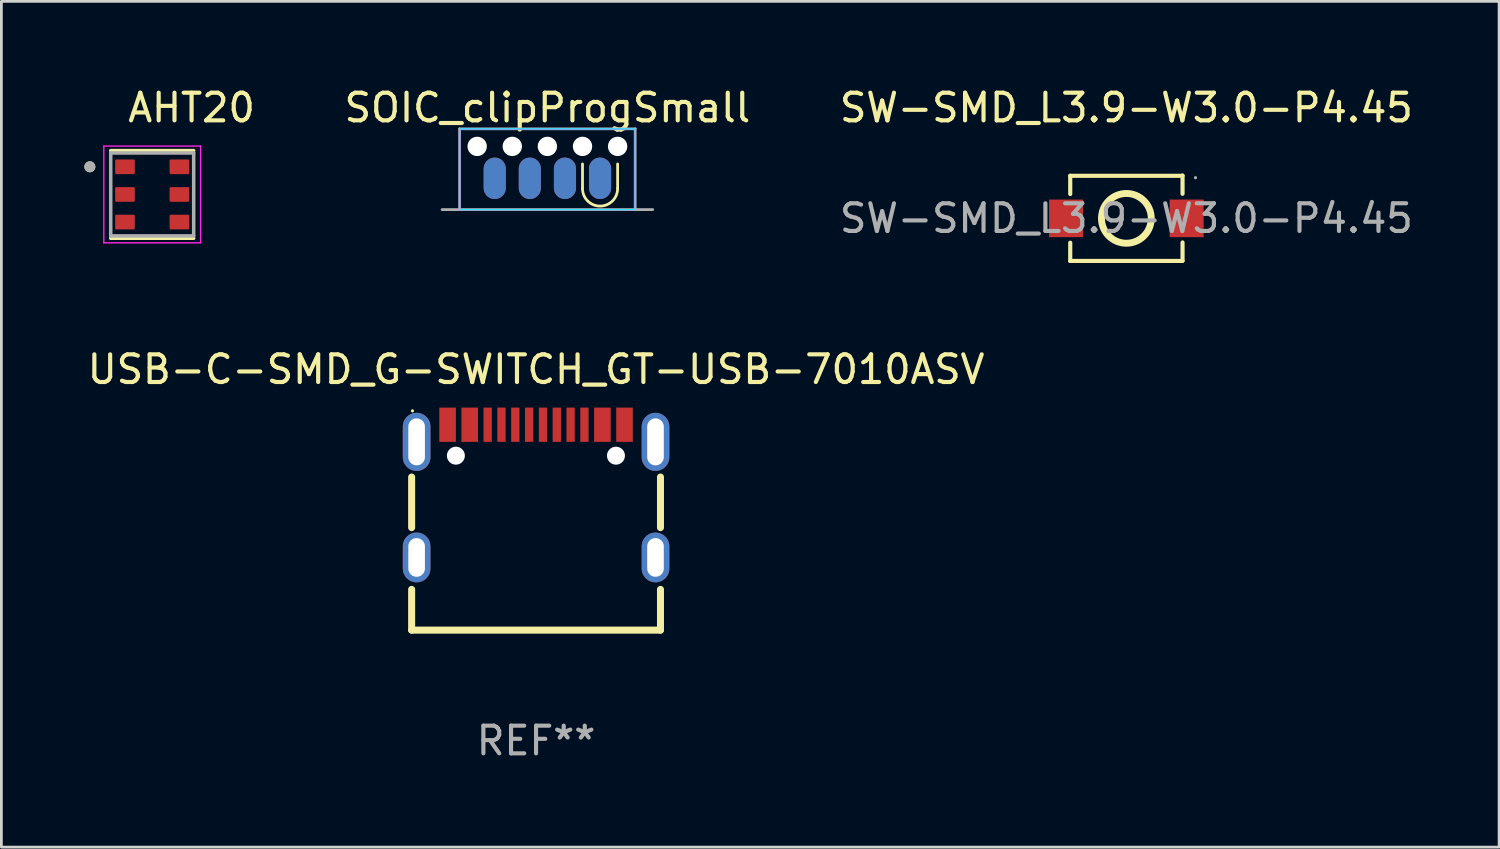
<source format=kicad_pcb>
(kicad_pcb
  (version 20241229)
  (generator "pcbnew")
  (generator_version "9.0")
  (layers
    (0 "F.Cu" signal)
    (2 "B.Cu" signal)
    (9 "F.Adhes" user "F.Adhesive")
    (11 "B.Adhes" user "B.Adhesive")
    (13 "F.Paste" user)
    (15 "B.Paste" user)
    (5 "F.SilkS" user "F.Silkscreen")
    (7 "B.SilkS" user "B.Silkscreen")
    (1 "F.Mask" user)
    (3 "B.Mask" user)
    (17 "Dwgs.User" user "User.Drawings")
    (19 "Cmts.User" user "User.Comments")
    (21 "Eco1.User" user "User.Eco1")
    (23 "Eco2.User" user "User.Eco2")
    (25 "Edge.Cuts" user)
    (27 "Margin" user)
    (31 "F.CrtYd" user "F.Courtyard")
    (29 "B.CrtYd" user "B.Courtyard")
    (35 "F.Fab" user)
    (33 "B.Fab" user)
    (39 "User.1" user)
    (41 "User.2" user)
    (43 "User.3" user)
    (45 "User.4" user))
  (footprint "AHT20"
    (layer "F.Cu")
    (at 2.455 3.983)
    (property "Reference" "AHT20" (at 1.425 -3.135 0) (layer "F.SilkS") (effects (font (size 1 1) (thickness 0.15))))
    (attr smd)
    (fp_line (start -1.5 -1.585) (end 1.5 -1.585) (stroke (width 0.127) (type solid)) (layer "F.SilkS"))
    (fp_line (start 1.5 1.585) (end -1.5 1.585) (stroke (width 0.127) (type solid)) (layer "F.SilkS"))
    (fp_circle (center -2.255 -1) (end -2.155 -1) (stroke (width 0.2) (type solid)) (fill no) (layer "F.SilkS"))
    (fp_line (start -1.75 -1.75) (end -1.75 1.75) (stroke (width 0.05) (type solid)) (layer "F.CrtYd"))
    (fp_line (start -1.75 1.75) (end 1.75 1.75) (stroke (width 0.05) (type solid)) (layer "F.CrtYd"))
    (fp_line (start 1.75 -1.75) (end -1.75 -1.75) (stroke (width 0.05) (type solid)) (layer "F.CrtYd"))
    (fp_line (start 1.75 1.75) (end 1.75 -1.75) (stroke (width 0.05) (type solid)) (layer "F.CrtYd"))
    (fp_line (start -1.5 -1.5) (end 1.5 -1.5) (stroke (width 0.127) (type solid)) (layer "F.Fab"))
    (fp_line (start -1.5 1.5) (end -1.5 -1.5) (stroke (width 0.127) (type solid)) (layer "F.Fab"))
    (fp_line (start 1.5 -1.5) (end 1.5 1.5) (stroke (width 0.127) (type solid)) (layer "F.Fab"))
    (fp_line (start 1.5 1.5) (end -1.5 1.5) (stroke (width 0.127) (type solid)) (layer "F.Fab"))
    (fp_circle (center -2.255 -1) (end -2.155 -1) (stroke (width 0.2) (type solid)) (fill no) (layer "F.Fab"))
    (pad "1" smd roundrect (at -0.985 -1) (size 0.71 0.53) (layers "F.Cu" "F.Mask" "F.Paste") (roundrect_rratio 0.07))
    (pad "2" smd roundrect (at -0.985 0) (size 0.71 0.53) (layers "F.Cu" "F.Mask" "F.Paste") (roundrect_rratio 0.07))
    (pad "3" smd roundrect (at -0.985 1) (size 0.71 0.53) (layers "F.Cu" "F.Mask" "F.Paste") (roundrect_rratio 0.07))
    (pad "4" smd roundrect (at 0.985 1) (size 0.71 0.53) (layers "F.Cu" "F.Mask" "F.Paste") (roundrect_rratio 0.07))
    (pad "5" smd roundrect (at 0.985 0) (size 0.71 0.53) (layers "F.Cu" "F.Mask" "F.Paste") (roundrect_rratio 0.07))
    (pad "6" smd roundrect (at 0.985 -1) (size 0.71 0.53) (layers "F.Cu" "F.Mask" "F.Paste") (roundrect_rratio 0.07)))
  (footprint "USB-C-SMD_G-SWITCH_GT-USB-7010ASV"
    (layer "F.Cu")
    (at 16.339 14.712)
    (property "Reference" "USB-C-SMD_G-SWITCH_GT-USB-7010ASV" (at -0.000038 -4.4 0) (layer "F.SilkS") (effects (font (size 1 1) (thickness 0.15))))
    (attr through_hole)
    (fp_line (start -4.5 1.322) (end -4.5 -0.508) (stroke (width 0.254) (type solid)) (layer "F.SilkS"))
    (fp_line (start -4.5 5.03) (end -4.5 3.556) (stroke (width 0.254) (type solid)) (layer "F.SilkS"))
    (fp_line (start 4.5 1.322) (end 4.5 -0.508) (stroke (width 0.254) (type solid)) (layer "F.SilkS"))
    (fp_line (start 4.5 5.03) (end -4.5 5.03) (stroke (width 0.254) (type solid)) (layer "F.SilkS"))
    (fp_line (start 4.5 5.03) (end 4.5 3.556) (stroke (width 0.254) (type solid)) (layer "F.SilkS"))
    (fp_circle (center -4.47 -2.9) (end -4.44 -2.9) (stroke (width 0.06) (type solid)) (fill no) (layer "F.SilkS"))
    (fp_circle (center -2.9 -1.28) (end -2.775 -1.28) (stroke (width 0.25) (type solid)) (fill no) (layer "F.Fab"))
    (fp_circle (center 2.89 -1.28) (end 3.015 -1.28) (stroke (width 0.25) (type solid)) (fill no) (layer "F.Fab"))
    (fp_text user "REF**" (at -0.000038 9.03 0) (layer "F.Fab") (effects (font (size 1 1) (thickness 0.15))))
    (pad "" np_thru_hole circle (at -2.9 -1.28) (size 0.65 0.65) (drill 0.65) (layers "*.Cu" "*.Mask"))
    (pad "" np_thru_hole circle (at 2.89 -1.28) (size 0.65 0.65) (drill 0.65) (layers "*.Cu" "*.Mask"))
    (pad "1" thru_hole oval (at -4.32 -1.78) (size 1 2.1) (drill oval 0.6 1.7) (layers "*.Cu" "*.Mask"))
    (pad "2" thru_hole oval (at 4.32 -1.78) (size 1 2.1) (drill oval 0.6 1.7) (layers "*.Cu" "*.Mask"))
    (pad "3" thru_hole oval (at 4.32 2.4) (size 1 1.8) (drill oval 0.6 1.4) (layers "*.Cu" "*.Mask"))
    (pad "4" thru_hole oval (at -4.32 2.4) (size 1 1.8) (drill oval 0.6 1.4) (layers "*.Cu" "*.Mask"))
    (pad "A1B12" smd rect (at -3.2 -2.4) (size 0.6 1.24) (layers "F.Cu" "F.Mask" "F.Paste"))
    (pad "A4B9" smd rect (at -2.4 -2.4) (size 0.6 1.24) (layers "F.Cu" "F.Mask" "F.Paste"))
    (pad "A5" smd rect (at -1.25 -2.4) (size 0.3 1.24) (layers "F.Cu" "F.Mask" "F.Paste"))
    (pad "A6" smd rect (at -0.25 -2.4) (size 0.3 1.24) (layers "F.Cu" "F.Mask" "F.Paste"))
    (pad "A7" smd rect (at 0.25 -2.4) (size 0.3 1.24) (layers "F.Cu" "F.Mask" "F.Paste"))
    (pad "A8" smd rect (at 1.25 -2.4) (size 0.3 1.24) (layers "F.Cu" "F.Mask" "F.Paste"))
    (pad "B1A12" smd rect (at 3.2 -2.4) (size 0.6 1.24) (layers "F.Cu" "F.Mask" "F.Paste"))
    (pad "B4A9" smd rect (at 2.4 -2.4) (size 0.6 1.24) (layers "F.Cu" "F.Mask" "F.Paste"))
    (pad "B5" smd rect (at 1.75 -2.4) (size 0.3 1.24) (layers "F.Cu" "F.Mask" "F.Paste"))
    (pad "B6" smd rect (at 0.75 -2.4) (size 0.3 1.24) (layers "F.Cu" "F.Mask" "F.Paste"))
    (pad "B7" smd rect (at -0.75 -2.4) (size 0.3 1.24) (layers "F.Cu" "F.Mask" "F.Paste"))
    (pad "B8" smd rect (at -1.75 -2.4) (size 0.3 1.24) (layers "F.Cu" "F.Mask" "F.Paste")))
  (footprint "SOIC_clipProgSmall"
    (layer "F.Cu")
    (at 16.749 4.15)
    (property "Reference" "SOIC_clipProgSmall" (at 0 -3.302 0) (layer "F.SilkS") (effects (font (size 1 1) (thickness 0.15))))
    (attr through_hole exclude_from_bom)
    (fp_line (start 1.27 -0.381) (end 1.27 -1.27) (stroke (width 0.1) (type solid)) (layer "F.SilkS"))
    (fp_line (start 2.54 -0.381) (end 2.54 -1.27) (stroke (width 0.1) (type solid)) (layer "F.SilkS"))
    (fp_arc (start 2.54 -0.381) (mid 1.905 0.254) (end 1.27 -0.381) (stroke (width 0.1) (type solid)) (layer "F.SilkS"))
    (fp_line (start -3.175 -2.54) (end 3.175 -2.54) (stroke (width 0.05) (type solid)) (layer "B.CrtYd"))
    (fp_line (start -3.175 0.381) (end -3.175 -2.54) (stroke (width 0.05) (type solid)) (layer "B.CrtYd"))
    (fp_line (start 3.175 -2.54) (end 3.175 0.381) (stroke (width 0.05) (type solid)) (layer "B.CrtYd"))
    (fp_line (start 3.175 0.381) (end -3.175 0.381) (stroke (width 0.05) (type solid)) (layer "B.CrtYd"))
    (fp_line (start -3.175 -2.54) (end -3.175 0.381) (stroke (width 0.05) (type solid)) (layer "F.CrtYd"))
    (fp_line (start -3.175 0.381) (end 3.175 0.381) (stroke (width 0.05) (type solid)) (layer "F.CrtYd"))
    (fp_line (start 3.175 -2.54) (end -3.175 -2.54) (stroke (width 0.05) (type solid)) (layer "F.CrtYd"))
    (fp_line (start 3.175 0.381) (end 3.175 -2.54) (stroke (width 0.05) (type solid)) (layer "F.CrtYd"))
    (fp_line (start -3.81 0.381) (end 3.81 0.381) (stroke (width 0.1) (type solid)) (layer "F.Fab"))
    (fp_line (start -3.175 -2.54) (end -3.175 0.381) (stroke (width 0.1) (type solid)) (layer "F.Fab"))
    (fp_line (start 3.175 -2.54) (end -3.175 -2.54) (stroke (width 0.1) (type solid)) (layer "F.Fab"))
    (fp_line (start 3.175 0.381) (end 3.175 -2.54) (stroke (width 0.1) (type solid)) (layer "F.Fab"))
    (pad "" np_thru_hole circle (at -2.54 -1.905) (size 0.7 0.7) (drill 0.7) (layers "*.Cu" "*.Mask"))
    (pad "" np_thru_hole circle (at -1.27 -1.905) (size 0.7 0.7) (drill 0.7) (layers "*.Cu" "*.Mask"))
    (pad "" np_thru_hole circle (at 0 -1.905) (size 0.7 0.7) (drill 0.7) (layers "*.Cu" "*.Mask"))
    (pad "" np_thru_hole circle (at 1.27 -1.905) (size 0.7 0.7) (drill 0.7) (layers "*.Cu" "*.Mask"))
    (pad "" np_thru_hole circle (at 2.54 -1.905) (size 0.7 0.7) (drill 0.7) (layers "*.Cu" "*.Mask"))
    (pad "1" smd oval (at 1.905 -0.75) (size 0.8 1.5) (layers "F.Cu" "F.Mask"))
    (pad "2" smd oval (at 0.635 -0.75) (size 0.8 1.5) (layers "F.Cu" "F.Mask"))
    (pad "3" smd oval (at -0.635 -0.75) (size 0.8 1.5) (layers "F.Cu" "F.Mask"))
    (pad "4" smd oval (at -1.905 -0.75) (size 0.8 1.5) (layers "F.Cu" "F.Mask"))
    (pad "5" smd oval (at -1.905 -0.75) (size 0.8 1.5) (layers "B.Cu" "B.Mask"))
    (pad "6" smd oval (at -0.635 -0.75) (size 0.8 1.5) (layers "B.Cu" "B.Mask"))
    (pad "7" smd oval (at 0.635 -0.75) (size 0.8 1.5) (layers "B.Cu" "B.Mask"))
    (pad "8" smd oval (at 1.905 -0.75) (size 0.8 1.5) (layers "B.Cu" "B.Mask")))
  (footprint "SW-SMD_L3.9-W3.0-P4.45"
    (layer "F.Cu")
    (at 37.69 4.848)
    (property "Reference" "SW-SMD_L3.9-W3.0-P4.45" (at 0 -4 0) (layer "F.SilkS") (effects (font (size 1 1) (thickness 0.15))))
    (attr smd)
    (fp_line (start -2.03 -1.54) (end -2.03 -0.88) (stroke (width 0.15) (type solid)) (layer "F.SilkS"))
    (fp_line (start -2.03 1.54) (end -2.03 0.88) (stroke (width 0.15) (type solid)) (layer "F.SilkS"))
    (fp_line (start 2.03 -1.54) (end -2.03 -1.54) (stroke (width 0.15) (type solid)) (layer "F.SilkS"))
    (fp_line (start 2.03 1.54) (end -2.03 1.54) (stroke (width 0.15) (type solid)) (layer "F.SilkS"))
    (fp_line (start 2.032 -1.549) (end 2.032 -0.889) (stroke (width 0.15) (type solid)) (layer "F.SilkS"))
    (fp_line (start 2.032 1.531) (end 2.032 0.871) (stroke (width 0.15) (type solid)) (layer "F.SilkS"))
    (fp_circle (center 0 0) (end 0.9 0) (stroke (width 0.25) (type solid)) (fill no) (layer "F.SilkS"))
    (fp_circle (center 2.5 -1.47) (end 2.53 -1.47) (stroke (width 0.06) (type solid)) (fill no) (layer "F.Fab"))
    (fp_text user "${REFERENCE}" (at 0 0 0) (layer "F.Fab") (effects (font (size 1 1) (thickness 0.15))))
    (pad "1" smd rect (at -2.18 0) (size 1.23 1.36) (layers "F.Cu" "F.Mask" "F.Paste"))
    (pad "2" smd rect (at 2.18 0) (size 1.23 1.36) (layers "F.Cu" "F.Mask" "F.Paste")))
  (gr_rect
    (start -3 -3)
    (end 51.172 27.59)
    (stroke (width 0.1) (type default))
    (fill no)
    (layer "Edge.Cuts")))
</source>
